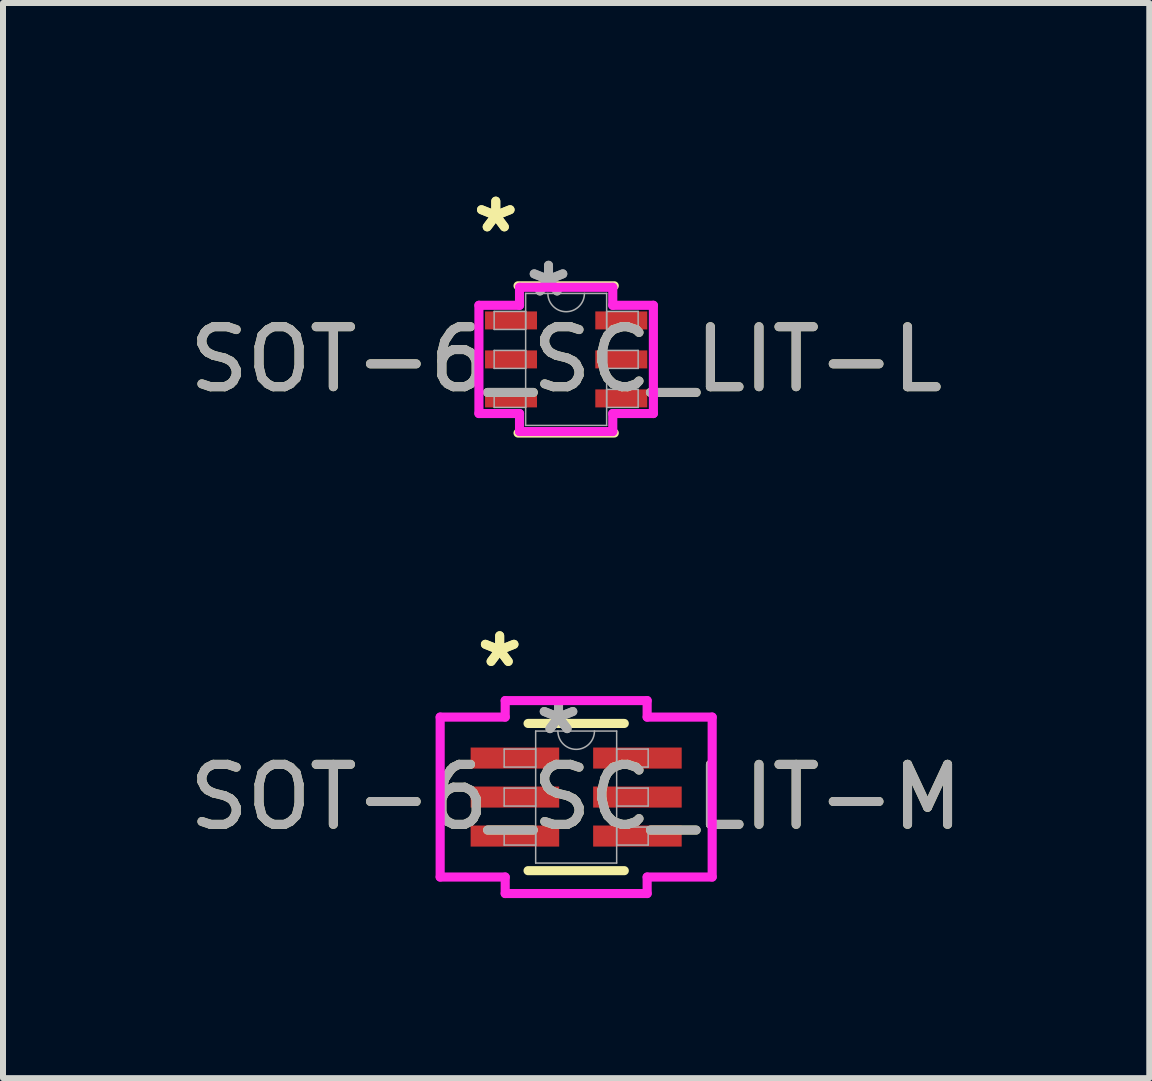
<source format=kicad_pcb>
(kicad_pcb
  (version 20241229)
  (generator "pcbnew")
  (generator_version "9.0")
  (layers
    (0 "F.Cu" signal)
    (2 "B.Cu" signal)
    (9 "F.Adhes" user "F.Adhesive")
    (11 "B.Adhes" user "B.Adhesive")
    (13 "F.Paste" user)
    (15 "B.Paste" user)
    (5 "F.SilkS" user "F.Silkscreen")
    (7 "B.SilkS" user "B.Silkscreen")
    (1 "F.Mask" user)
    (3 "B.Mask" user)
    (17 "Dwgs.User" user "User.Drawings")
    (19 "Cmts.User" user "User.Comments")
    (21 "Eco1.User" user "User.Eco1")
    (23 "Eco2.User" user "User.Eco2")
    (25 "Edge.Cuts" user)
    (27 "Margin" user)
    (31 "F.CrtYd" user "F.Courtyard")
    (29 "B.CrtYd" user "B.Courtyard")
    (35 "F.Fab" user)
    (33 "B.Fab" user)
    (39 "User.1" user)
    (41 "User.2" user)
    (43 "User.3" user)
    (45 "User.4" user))
  (footprint "SOT-6_SC_LIT-M"
    (layer "F.Cu")
    (at 6.554 10.236)
    (property "Reference" "SOT-6_SC_LIT-M" (at 0 0 0) (unlocked yes) (layer "F.SilkS") (effects (font (size 1 1) (thickness 0.15))))
    (attr smd)
    (fp_line (start -0.802 1.227) (end 0.802 1.227) (stroke (width 0.152) (type solid)) (layer "F.SilkS"))
    (fp_line (start 0.802 -1.227) (end -0.802 -1.227) (stroke (width 0.152) (type solid)) (layer "F.SilkS"))
    (fp_line (start -2.267 -1.333) (end -1.183 -1.333) (stroke (width 0.152) (type solid)) (layer "F.CrtYd"))
    (fp_line (start -2.267 1.333) (end -2.267 -1.333) (stroke (width 0.152) (type solid)) (layer "F.CrtYd"))
    (fp_line (start -2.267 1.333) (end -1.183 1.333) (stroke (width 0.152) (type solid)) (layer "F.CrtYd"))
    (fp_line (start -1.183 -1.608) (end 1.183 -1.608) (stroke (width 0.152) (type solid)) (layer "F.CrtYd"))
    (fp_line (start -1.183 -1.333) (end -1.183 -1.608) (stroke (width 0.152) (type solid)) (layer "F.CrtYd"))
    (fp_line (start -1.183 1.608) (end -1.183 1.333) (stroke (width 0.152) (type solid)) (layer "F.CrtYd"))
    (fp_line (start 1.183 -1.608) (end 1.183 -1.333) (stroke (width 0.152) (type solid)) (layer "F.CrtYd"))
    (fp_line (start 1.183 1.333) (end 1.183 1.608) (stroke (width 0.152) (type solid)) (layer "F.CrtYd"))
    (fp_line (start 1.183 1.608) (end -1.183 1.608) (stroke (width 0.152) (type solid)) (layer "F.CrtYd"))
    (fp_line (start 2.267 -1.333) (end 1.183 -1.333) (stroke (width 0.152) (type solid)) (layer "F.CrtYd"))
    (fp_line (start 2.267 -1.333) (end 2.267 1.333) (stroke (width 0.152) (type solid)) (layer "F.CrtYd"))
    (fp_line (start 2.267 1.333) (end 1.183 1.333) (stroke (width 0.152) (type solid)) (layer "F.CrtYd"))
    (fp_line (start -1.2 -0.8) (end -1.2 -0.5) (stroke (width 0.025) (type solid)) (layer "F.Fab"))
    (fp_line (start -1.2 -0.5) (end -0.675 -0.5) (stroke (width 0.025) (type solid)) (layer "F.Fab"))
    (fp_line (start -1.2 -0.15) (end -1.2 0.15) (stroke (width 0.025) (type solid)) (layer "F.Fab"))
    (fp_line (start -1.2 0.15) (end -0.675 0.15) (stroke (width 0.025) (type solid)) (layer "F.Fab"))
    (fp_line (start -1.2 0.5) (end -1.2 0.8) (stroke (width 0.025) (type solid)) (layer "F.Fab"))
    (fp_line (start -1.2 0.8) (end -0.675 0.8) (stroke (width 0.025) (type solid)) (layer "F.Fab"))
    (fp_line (start -0.675 -1.1) (end -0.675 1.1) (stroke (width 0.025) (type solid)) (layer "F.Fab"))
    (fp_line (start -0.675 -0.8) (end -1.2 -0.8) (stroke (width 0.025) (type solid)) (layer "F.Fab"))
    (fp_line (start -0.675 -0.5) (end -0.675 -0.8) (stroke (width 0.025) (type solid)) (layer "F.Fab"))
    (fp_line (start -0.675 -0.15) (end -1.2 -0.15) (stroke (width 0.025) (type solid)) (layer "F.Fab"))
    (fp_line (start -0.675 0.15) (end -0.675 -0.15) (stroke (width 0.025) (type solid)) (layer "F.Fab"))
    (fp_line (start -0.675 0.5) (end -1.2 0.5) (stroke (width 0.025) (type solid)) (layer "F.Fab"))
    (fp_line (start -0.675 0.8) (end -0.675 0.5) (stroke (width 0.025) (type solid)) (layer "F.Fab"))
    (fp_line (start -0.675 1.1) (end 0.675 1.1) (stroke (width 0.025) (type solid)) (layer "F.Fab"))
    (fp_line (start 0.675 -1.1) (end -0.675 -1.1) (stroke (width 0.025) (type solid)) (layer "F.Fab"))
    (fp_line (start 0.675 -0.8) (end 0.675 -0.5) (stroke (width 0.025) (type solid)) (layer "F.Fab"))
    (fp_line (start 0.675 -0.5) (end 1.2 -0.5) (stroke (width 0.025) (type solid)) (layer "F.Fab"))
    (fp_line (start 0.675 -0.15) (end 0.675 0.15) (stroke (width 0.025) (type solid)) (layer "F.Fab"))
    (fp_line (start 0.675 0.15) (end 1.2 0.15) (stroke (width 0.025) (type solid)) (layer "F.Fab"))
    (fp_line (start 0.675 0.5) (end 0.675 0.8) (stroke (width 0.025) (type solid)) (layer "F.Fab"))
    (fp_line (start 0.675 0.8) (end 1.2 0.8) (stroke (width 0.025) (type solid)) (layer "F.Fab"))
    (fp_line (start 0.675 1.1) (end 0.675 -1.1) (stroke (width 0.025) (type solid)) (layer "F.Fab"))
    (fp_line (start 1.2 -0.8) (end 0.675 -0.8) (stroke (width 0.025) (type solid)) (layer "F.Fab"))
    (fp_line (start 1.2 -0.5) (end 1.2 -0.8) (stroke (width 0.025) (type solid)) (layer "F.Fab"))
    (fp_line (start 1.2 -0.15) (end 0.675 -0.15) (stroke (width 0.025) (type solid)) (layer "F.Fab"))
    (fp_line (start 1.2 0.15) (end 1.2 -0.15) (stroke (width 0.025) (type solid)) (layer "F.Fab"))
    (fp_line (start 1.2 0.5) (end 0.675 0.5) (stroke (width 0.025) (type solid)) (layer "F.Fab"))
    (fp_line (start 1.2 0.8) (end 1.2 0.5) (stroke (width 0.025) (type solid)) (layer "F.Fab"))
    (fp_arc (start 0.3048 -1.1) (mid 0 -0.7952) (end -0.3048 -1.1) (stroke (width 0.0254) (type solid)) (layer "F.Fab"))
    (fp_text user "*" (at -1.275 -2.144 0) (layer "F.SilkS") (effects (font (size 1 1) (thickness 0.15))))
    (fp_text user "*" (at -1.275 -2.144 0) (unlocked yes) (layer "F.SilkS") (effects (font (size 1 1) (thickness 0.15))))
    (fp_text user "${REFERENCE}" (at 0 0 0) (unlocked yes) (layer "F.Fab") (effects (font (size 1 1) (thickness 0.15))))
    (fp_text user "*" (at -0.294 -1.024 0) (layer "F.Fab") (effects (font (size 1 1) (thickness 0.15))))
    (fp_text user "*" (at -0.294 -1.024 0) (unlocked yes) (layer "F.Fab") (effects (font (size 1 1) (thickness 0.15))))
    (pad "1" smd rect (at -1.021 -0.65) (size 1.476 0.351) (layers "F.Cu" "F.Mask" "F.Paste"))
    (pad "2" smd rect (at -1.021 0) (size 1.476 0.351) (layers "F.Cu" "F.Mask" "F.Paste"))
    (pad "3" smd rect (at -1.021 0.65) (size 1.476 0.351) (layers "F.Cu" "F.Mask" "F.Paste"))
    (pad "4" smd rect (at 1.021 0.65) (size 1.476 0.351) (layers "F.Cu" "F.Mask" "F.Paste"))
    (pad "5" smd rect (at 1.021 0) (size 1.476 0.351) (layers "F.Cu" "F.Mask" "F.Paste"))
    (pad "6" smd rect (at 1.021 -0.65) (size 1.476 0.351) (layers "F.Cu" "F.Mask" "F.Paste")))
  (footprint "SOT-6_SC_LIT-L"
    (layer "F.Cu")
    (at 6.387 2.941)
    (property "Reference" "SOT-6_SC_LIT-L" (at 0 0 0) (unlocked yes) (layer "F.SilkS") (effects (font (size 1 1) (thickness 0.15))))
    (attr smd)
    (fp_line (start -0.802 1.227) (end 0.802 1.227) (stroke (width 0.152) (type solid)) (layer "F.SilkS"))
    (fp_line (start 0.802 -1.227) (end -0.802 -1.227) (stroke (width 0.152) (type solid)) (layer "F.SilkS"))
    (fp_line (start -1.454 -0.902) (end -0.777 -0.902) (stroke (width 0.152) (type solid)) (layer "F.CrtYd"))
    (fp_line (start -1.454 0.902) (end -1.454 -0.902) (stroke (width 0.152) (type solid)) (layer "F.CrtYd"))
    (fp_line (start -1.454 0.902) (end -0.777 0.902) (stroke (width 0.152) (type solid)) (layer "F.CrtYd"))
    (fp_line (start -0.777 -1.202) (end 0.777 -1.202) (stroke (width 0.152) (type solid)) (layer "F.CrtYd"))
    (fp_line (start -0.777 -0.902) (end -0.777 -1.202) (stroke (width 0.152) (type solid)) (layer "F.CrtYd"))
    (fp_line (start -0.777 1.202) (end -0.777 0.902) (stroke (width 0.152) (type solid)) (layer "F.CrtYd"))
    (fp_line (start 0.777 -1.202) (end 0.777 -0.902) (stroke (width 0.152) (type solid)) (layer "F.CrtYd"))
    (fp_line (start 0.777 0.902) (end 0.777 1.202) (stroke (width 0.152) (type solid)) (layer "F.CrtYd"))
    (fp_line (start 0.777 1.202) (end -0.777 1.202) (stroke (width 0.152) (type solid)) (layer "F.CrtYd"))
    (fp_line (start 1.454 -0.902) (end 0.777 -0.902) (stroke (width 0.152) (type solid)) (layer "F.CrtYd"))
    (fp_line (start 1.454 -0.902) (end 1.454 0.902) (stroke (width 0.152) (type solid)) (layer "F.CrtYd"))
    (fp_line (start 1.454 0.902) (end 0.777 0.902) (stroke (width 0.152) (type solid)) (layer "F.CrtYd"))
    (fp_line (start -1.2 -0.8) (end -1.2 -0.5) (stroke (width 0.025) (type solid)) (layer "F.Fab"))
    (fp_line (start -1.2 -0.5) (end -0.675 -0.5) (stroke (width 0.025) (type solid)) (layer "F.Fab"))
    (fp_line (start -1.2 -0.15) (end -1.2 0.15) (stroke (width 0.025) (type solid)) (layer "F.Fab"))
    (fp_line (start -1.2 0.15) (end -0.675 0.15) (stroke (width 0.025) (type solid)) (layer "F.Fab"))
    (fp_line (start -1.2 0.5) (end -1.2 0.8) (stroke (width 0.025) (type solid)) (layer "F.Fab"))
    (fp_line (start -1.2 0.8) (end -0.675 0.8) (stroke (width 0.025) (type solid)) (layer "F.Fab"))
    (fp_line (start -0.675 -1.1) (end -0.675 1.1) (stroke (width 0.025) (type solid)) (layer "F.Fab"))
    (fp_line (start -0.675 -0.8) (end -1.2 -0.8) (stroke (width 0.025) (type solid)) (layer "F.Fab"))
    (fp_line (start -0.675 -0.5) (end -0.675 -0.8) (stroke (width 0.025) (type solid)) (layer "F.Fab"))
    (fp_line (start -0.675 -0.15) (end -1.2 -0.15) (stroke (width 0.025) (type solid)) (layer "F.Fab"))
    (fp_line (start -0.675 0.15) (end -0.675 -0.15) (stroke (width 0.025) (type solid)) (layer "F.Fab"))
    (fp_line (start -0.675 0.5) (end -1.2 0.5) (stroke (width 0.025) (type solid)) (layer "F.Fab"))
    (fp_line (start -0.675 0.8) (end -0.675 0.5) (stroke (width 0.025) (type solid)) (layer "F.Fab"))
    (fp_line (start -0.675 1.1) (end 0.675 1.1) (stroke (width 0.025) (type solid)) (layer "F.Fab"))
    (fp_line (start 0.675 -1.1) (end -0.675 -1.1) (stroke (width 0.025) (type solid)) (layer "F.Fab"))
    (fp_line (start 0.675 -0.8) (end 0.675 -0.5) (stroke (width 0.025) (type solid)) (layer "F.Fab"))
    (fp_line (start 0.675 -0.5) (end 1.2 -0.5) (stroke (width 0.025) (type solid)) (layer "F.Fab"))
    (fp_line (start 0.675 -0.15) (end 0.675 0.15) (stroke (width 0.025) (type solid)) (layer "F.Fab"))
    (fp_line (start 0.675 0.15) (end 1.2 0.15) (stroke (width 0.025) (type solid)) (layer "F.Fab"))
    (fp_line (start 0.675 0.5) (end 0.675 0.8) (stroke (width 0.025) (type solid)) (layer "F.Fab"))
    (fp_line (start 0.675 0.8) (end 1.2 0.8) (stroke (width 0.025) (type solid)) (layer "F.Fab"))
    (fp_line (start 0.675 1.1) (end 0.675 -1.1) (stroke (width 0.025) (type solid)) (layer "F.Fab"))
    (fp_line (start 1.2 -0.8) (end 0.675 -0.8) (stroke (width 0.025) (type solid)) (layer "F.Fab"))
    (fp_line (start 1.2 -0.5) (end 1.2 -0.8) (stroke (width 0.025) (type solid)) (layer "F.Fab"))
    (fp_line (start 1.2 -0.15) (end 0.675 -0.15) (stroke (width 0.025) (type solid)) (layer "F.Fab"))
    (fp_line (start 1.2 0.15) (end 1.2 -0.15) (stroke (width 0.025) (type solid)) (layer "F.Fab"))
    (fp_line (start 1.2 0.5) (end 0.675 0.5) (stroke (width 0.025) (type solid)) (layer "F.Fab"))
    (fp_line (start 1.2 0.8) (end 1.2 0.5) (stroke (width 0.025) (type solid)) (layer "F.Fab"))
    (fp_arc (start 0.3048 -1.1) (mid 0 -0.7952) (end -0.3048 -1.1) (stroke (width 0.0254) (type solid)) (layer "F.Fab"))
    (fp_text user "*" (at -1.173 -2.093 0) (unlocked yes) (layer "F.SilkS") (effects (font (size 1 1) (thickness 0.15))))
    (fp_text user "*" (at -1.173 -2.093 0) (layer "F.SilkS") (effects (font (size 1 1) (thickness 0.15))))
    (fp_text user "*" (at -0.294 -1.024 0) (layer "F.Fab") (effects (font (size 1 1) (thickness 0.15))))
    (fp_text user "${REFERENCE}" (at 0 0 0) (unlocked yes) (layer "F.Fab") (effects (font (size 1 1) (thickness 0.15))))
    (fp_text user "*" (at -0.294 -1.024 0) (unlocked yes) (layer "F.Fab") (effects (font (size 1 1) (thickness 0.15))))
    (pad "1" smd rect (at -0.919 -0.65) (size 0.866 0.3) (layers "F.Cu" "F.Mask" "F.Paste"))
    (pad "2" smd rect (at -0.919 0) (size 0.866 0.3) (layers "F.Cu" "F.Mask" "F.Paste"))
    (pad "3" smd rect (at -0.919 0.65) (size 0.866 0.3) (layers "F.Cu" "F.Mask" "F.Paste"))
    (pad "4" smd rect (at 0.919 0.65) (size 0.866 0.3) (layers "F.Cu" "F.Mask" "F.Paste"))
    (pad "5" smd rect (at 0.919 0) (size 0.866 0.3) (layers "F.Cu" "F.Mask" "F.Paste"))
    (pad "6" smd rect (at 0.919 -0.65) (size 0.866 0.3) (layers "F.Cu" "F.Mask" "F.Paste")))
  (gr_rect
    (start -3 -3)
    (end 16.107 14.921)
    (stroke (width 0.1) (type default))
    (fill no)
    (layer "Edge.Cuts")))
</source>
